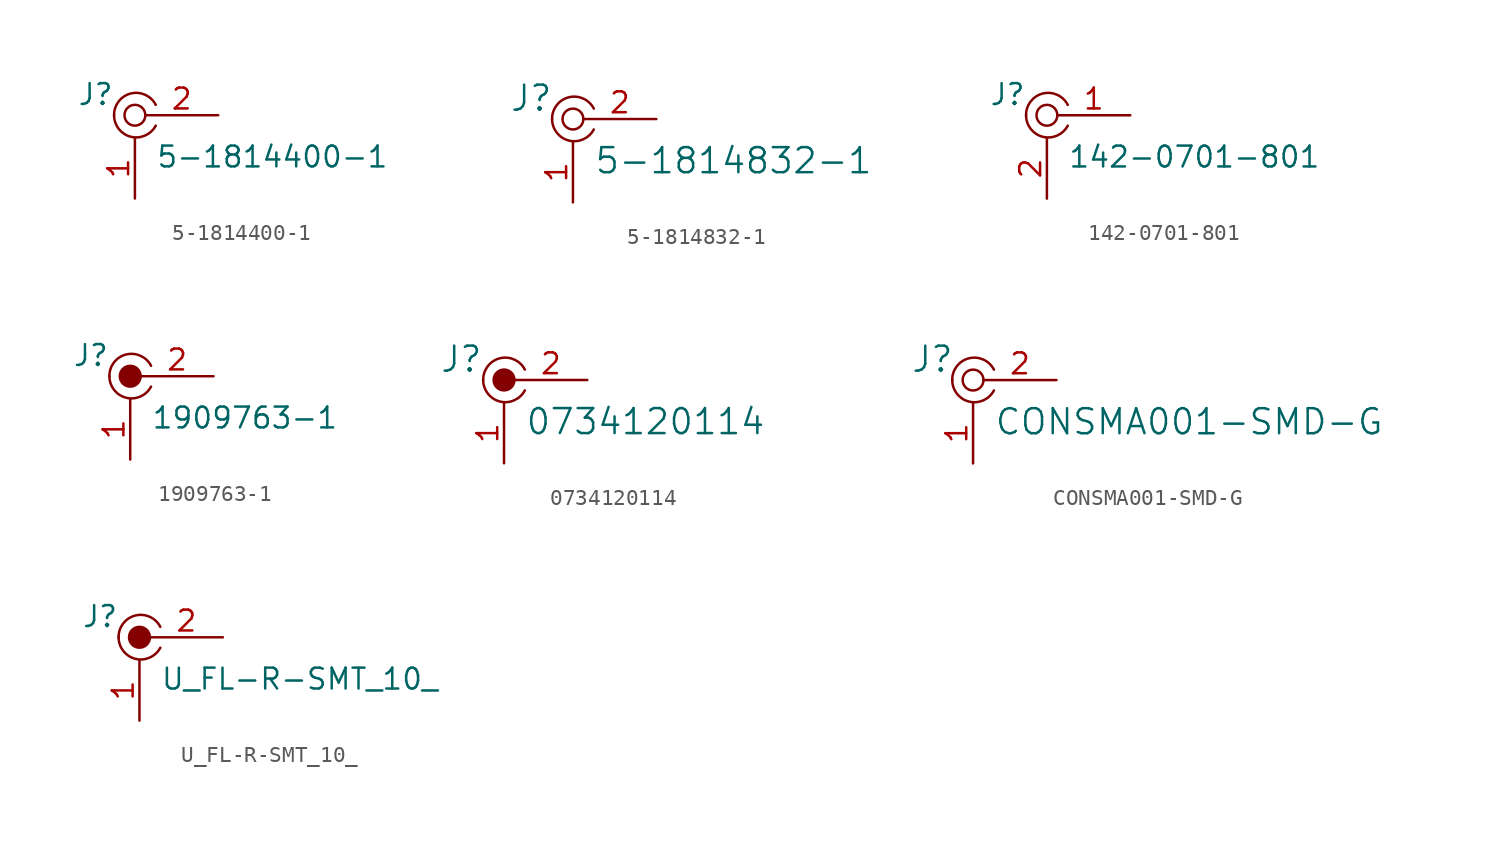
<source format=kicad_sym>
(kicad_symbol_lib
  (version 20231120)
  (generator "kicad_symbol_editor")
  (generator_version "8.0")
  (symbol "5-1814400-1"
    (pin_names
      (offset 1.016))
    (property "Reference" "J"
      (at -1.27 1.27 0)
      (effects (font (size 1.27 1.27)) (justify right)))
    (property "Value" "5-1814400-1"
      (at 1.27 -2.54 0)
      (effects (font (size 1.27 1.27)) (justify left)))
    (symbol "5-1814400-1_1_1"
      (arc (start -1.27 0) (mid -0.2651 -1.3081) (end 1.27 -0.635) (stroke (width 0) (type default)) (fill (type none)))
      (circle (center 0 0) (radius 0.635) (stroke (width 0) (type default)) (fill (type none)))
      (arc (start 1.27 0.635) (mid -0.2496 1.3256) (end -1.27 0) (stroke (width 0) (type default)) (fill (type none)))
      (pin passive line (at 0 -5.08 90) (length 3.683) (name "~" (effects (font (size 1.27 1.27)))) (number "1" (effects (font (size 1.27 1.27)))))
      (pin passive line (at 5.08 0 180) (length 4.445) (name "~" (effects (font (size 1.27 1.27)))) (number "2" (effects (font (size 1.27 1.27)))))))
  (symbol "5-1814832-1"
    (pin_names
      (offset 1.016))
    (property "Reference" "J"
      (at -2.54 1.27 0)
      (effects (font (size 1.524 1.524))))
    (property "Value" "5-1814832-1"
      (at 1.27 -2.54 0)
      (effects (font (size 1.524 1.524)) (justify left)))
    (symbol "5-1814832-1_0_1"
      (arc (start -1.27 0) (mid -0.2651 -1.3081) (end 1.27 -0.635) (stroke (width 0) (type default)) (fill (type none)))
      (circle (center 0 0) (radius 0.635) (stroke (width 0) (type default)) (fill (type none)))
      (arc (start 1.27 0.635) (mid -0.2496 1.3256) (end -1.27 0) (stroke (width 0) (type default)) (fill (type none))))
    (symbol "5-1814832-1_1_1"
      (pin passive line (at 0 -5.08 90) (length 3.683) (name "~" (effects (font (size 1.27 1.27)))) (number "1" (effects (font (size 1.27 1.27)))))
      (pin passive line (at 5.08 0 180) (length 4.445) (name "~" (effects (font (size 1.27 1.27)))) (number "2" (effects (font (size 1.27 1.27)))))))
  (symbol "142-0701-801"
    (pin_names
      (offset 1.016))
    (property "Reference" "J"
      (at -1.27 1.27 0)
      (effects (font (size 1.27 1.27)) (justify right)))
    (property "Value" "142-0701-801"
      (at 1.27 -2.54 0)
      (effects (font (size 1.27 1.27)) (justify left)))
    (symbol "142-0701-801_1_1"
      (arc (start -1.27 0) (mid -0.2651 -1.3081) (end 1.27 -0.635) (stroke (width 0) (type default)) (fill (type none)))
      (circle (center 0 0) (radius 0.635) (stroke (width 0) (type default)) (fill (type none)))
      (arc (start 1.27 0.635) (mid -0.2496 1.3256) (end -1.27 0) (stroke (width 0) (type default)) (fill (type none)))
      (pin passive line (at 5.08 0 180) (length 4.445) (name "~" (effects (font (size 1.27 1.27)))) (number "1" (effects (font (size 1.27 1.27)))))
      (pin passive line (at 0 -5.08 90) (length 3.683) (name "~" (effects (font (size 1.27 1.27)))) (number "2" (effects (font (size 1.27 1.27)))))))
  (symbol "1909763-1"
    (pin_names
      (offset 1.016))
    (property "Reference" "J"
      (at -1.27 1.27 0)
      (effects (font (size 1.27 1.27)) (justify right)))
    (property "Value" "1909763-1"
      (at 1.27 -2.54 0)
      (effects (font (size 1.27 1.27)) (justify left)))
    (symbol "1909763-1_1_1"
      (arc (start -1.27 0) (mid -0.2651 -1.3081) (end 1.27 -0.635) (stroke (width 0) (type default)) (fill (type none)))
      (circle (center 0 0) (radius 0.635) (stroke (width 0) (type default)) (fill (type outline)))
      (arc (start 1.27 0.635) (mid -0.2496 1.3256) (end -1.27 0) (stroke (width 0) (type default)) (fill (type none)))
      (pin passive line (at 0 -5.08 90) (length 3.683) (name "~" (effects (font (size 1.27 1.27)))) (number "1" (effects (font (size 1.27 1.27)))))
      (pin passive line (at 5.08 0 180) (length 4.445) (name "~" (effects (font (size 1.27 1.27)))) (number "2" (effects (font (size 1.27 1.27)))))))
  (symbol "0734120114"
    (pin_names
      (offset 1.016))
    (property "Reference" "J"
      (at -1.27 1.27 0)
      (effects (font (size 1.524 1.524)) (justify right)))
    (property "Value" "0734120114"
      (at 1.27 -2.54 0)
      (effects (font (size 1.524 1.524)) (justify left)))
    (symbol "0734120114_0_1"
      (arc (start -1.27 0) (mid -0.2651 -1.3081) (end 1.27 -0.635) (stroke (width 0) (type default)) (fill (type none)))
      (circle (center 0 0) (radius 0.635) (stroke (width 0) (type default)) (fill (type outline)))
      (arc (start 1.27 0.635) (mid -0.2496 1.3256) (end -1.27 0) (stroke (width 0) (type default)) (fill (type none))))
    (symbol "0734120114_1_1"
      (pin passive line (at 0 -5.08 90) (length 3.683) (name "~" (effects (font (size 1.27 1.27)))) (number "1" (effects (font (size 1.27 1.27)))))
      (pin passive line (at 5.08 0 180) (length 4.445) (name "~" (effects (font (size 1.27 1.27)))) (number "2" (effects (font (size 1.27 1.27)))))))
  (symbol "CONSMA001-SMD-G"
    (pin_names
      (offset 1.016))
    (property "Reference" "J"
      (at -3.81 1.27 0)
      (effects (font (size 1.524 1.524)) (justify left)))
    (property "Value" "CONSMA001-SMD-G"
      (at 1.27 -2.54 0)
      (effects (font (size 1.524 1.524)) (justify left)))
    (symbol "CONSMA001-SMD-G_0_1"
      (arc (start -1.27 0) (mid -0.2651 -1.3081) (end 1.27 -0.635) (stroke (width 0) (type default)) (fill (type none)))
      (circle (center 0 0) (radius 0.635) (stroke (width 0) (type default)) (fill (type none)))
      (arc (start 1.27 0.635) (mid -0.2496 1.3256) (end -1.27 0) (stroke (width 0) (type default)) (fill (type none))))
    (symbol "CONSMA001-SMD-G_1_1"
      (pin passive line (at 0 -5.08 90) (length 3.683) (name "~" (effects (font (size 1.27 1.27)))) (number "1" (effects (font (size 1.27 1.27)))))
      (pin passive line (at 5.08 0 180) (length 4.445) (name "~" (effects (font (size 1.27 1.27)))) (number "2" (effects (font (size 1.27 1.27)))))))
  (symbol "U_FL-R-SMT_10_"
    (pin_names
      (offset 1.016))
    (property "Reference" "J"
      (at -1.27 1.27 0)
      (effects (font (size 1.27 1.27)) (justify right)))
    (property "Value" "U_FL-R-SMT_10_"
      (at 1.27 -2.54 0)
      (effects (font (size 1.27 1.27)) (justify left)))
    (symbol "U_FL-R-SMT_10__1_1"
      (arc (start -1.27 0) (mid -0.2651 -1.3081) (end 1.27 -0.635) (stroke (width 0) (type default)) (fill (type none)))
      (circle (center 0 0) (radius 0.635) (stroke (width 0) (type default)) (fill (type outline)))
      (arc (start 1.27 0.635) (mid -0.2496 1.3256) (end -1.27 0) (stroke (width 0) (type default)) (fill (type none)))
      (pin passive line (at 0 -5.08 90) (length 3.683) (name "~" (effects (font (size 1.27 1.27)))) (number "1" (effects (font (size 1.27 1.27)))))
      (pin passive line (at 5.08 0 180) (length 4.445) (name "~" (effects (font (size 1.27 1.27)))) (number "2" (effects (font (size 1.27 1.27))))))))
</source>
